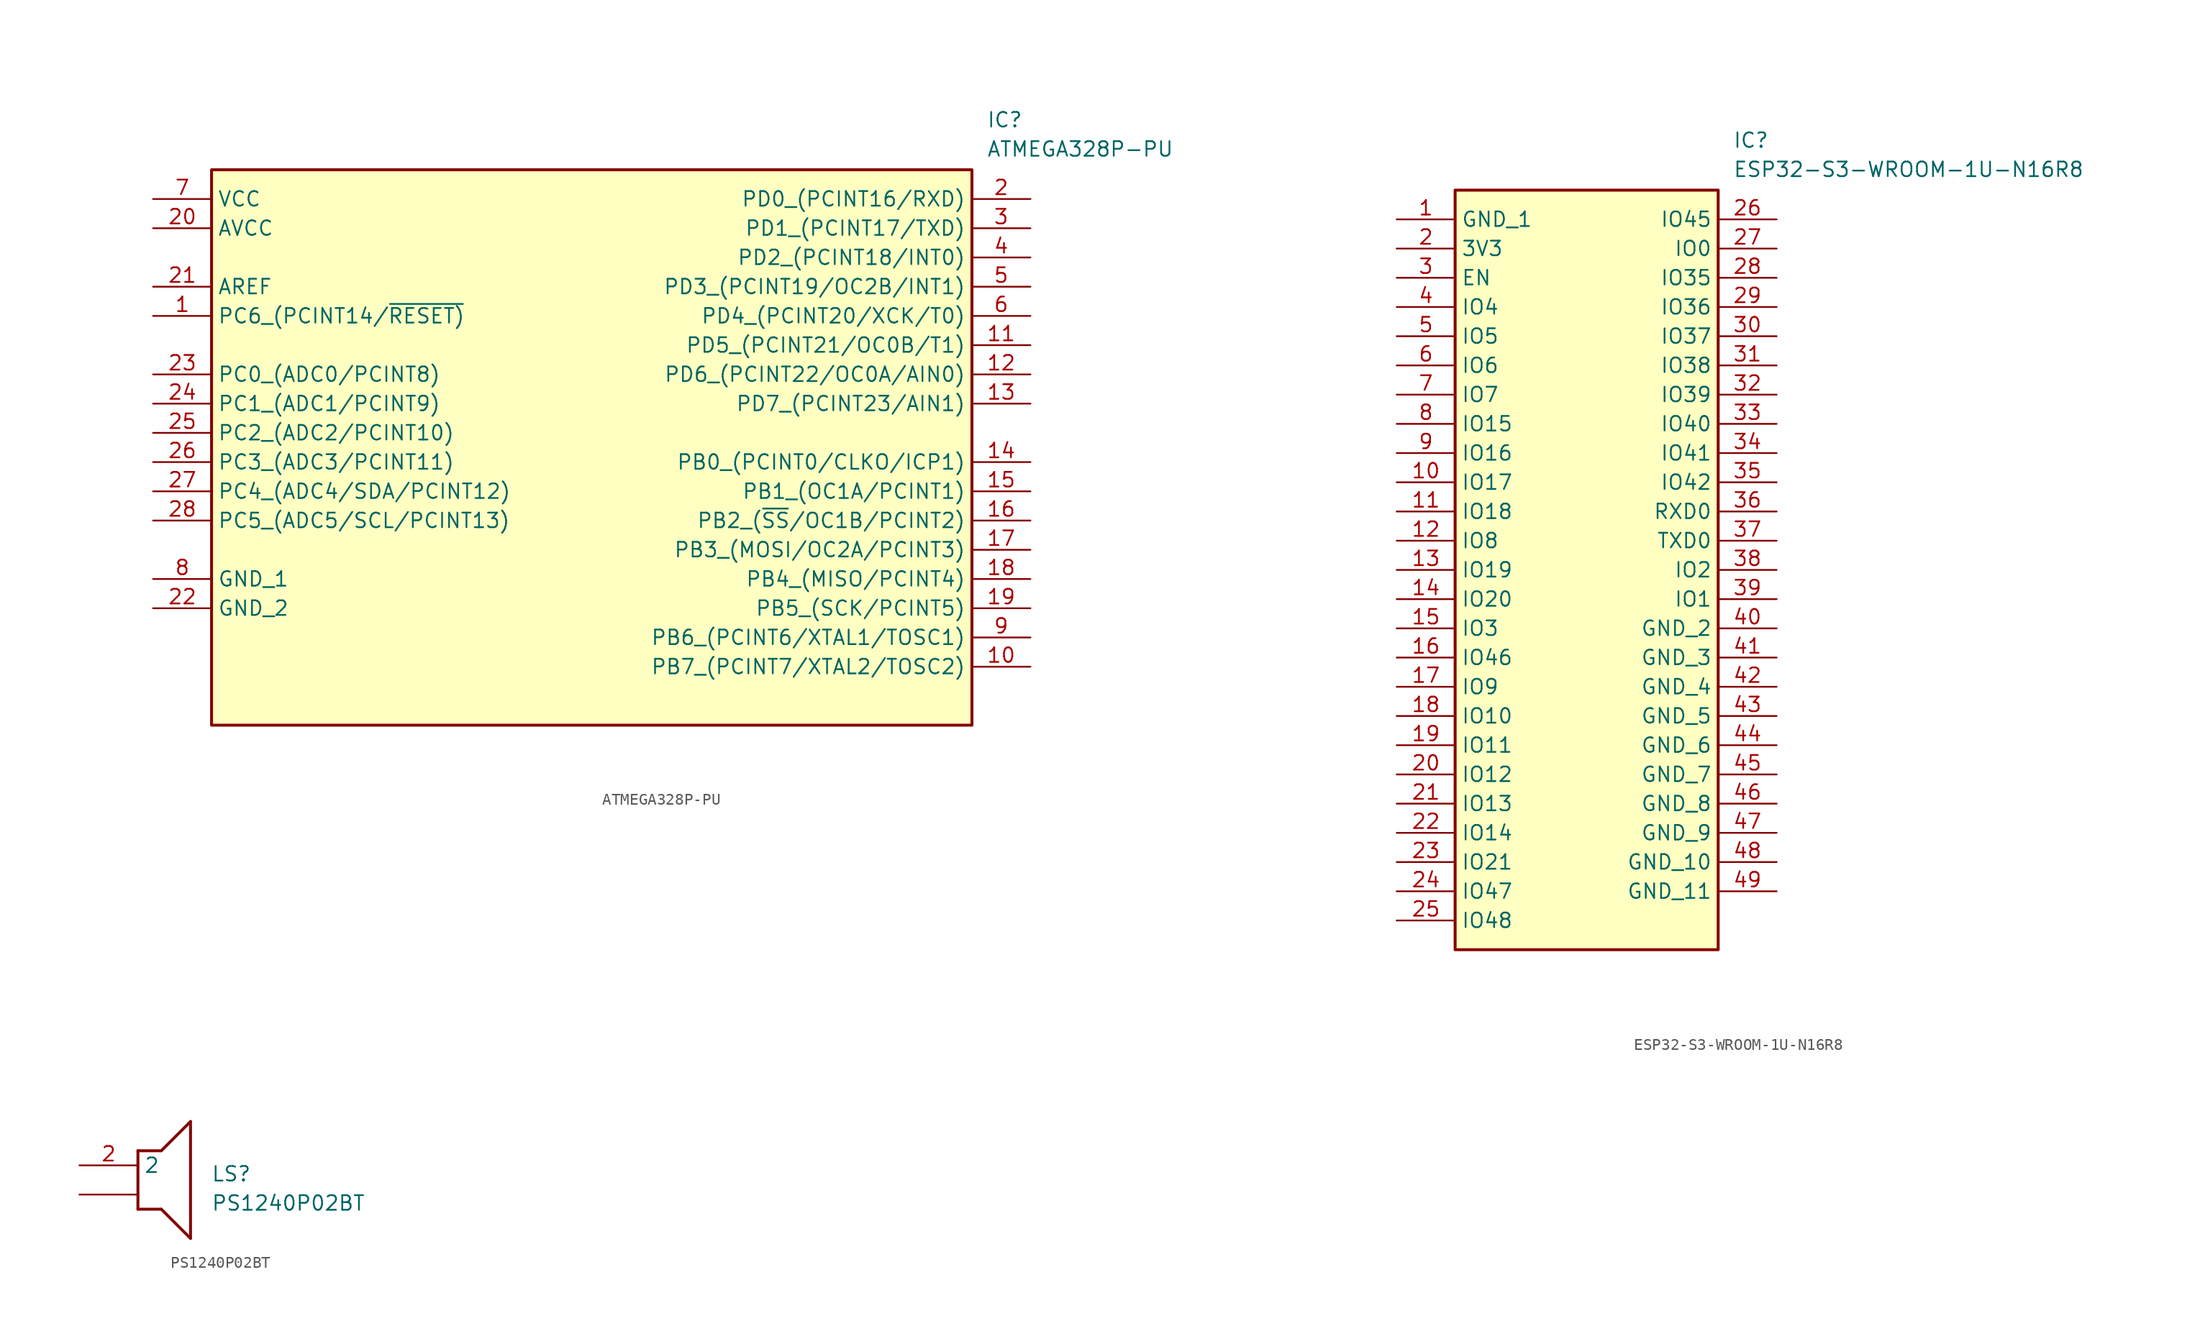
<source format=kicad_sym>
(kicad_symbol_lib
  (version 20241209)
  (generator "kicad_symbol_editor")
  (generator_version "9.0")
  (symbol "ATMEGA328P-PU"
    (property "Reference" "IC"
      (at 72.39 7.62 0)
      (effects (font (size 1.27 1.27)) (justify left top)))
    (property "Value" "ATMEGA328P-PU"
      (at 72.39 5.08 0)
      (effects (font (size 1.27 1.27)) (justify left top)))
    (symbol "ATMEGA328P-PU_1_1"
      (rectangle (start 5.08 2.54) (end 71.12 -45.72) (stroke (width 0.254) (type default)) (fill (type background)))
      (pin passive line (at 0 0 0) (length 5.08) (name "VCC" (effects (font (size 1.27 1.27)))) (number "7" (effects (font (size 1.27 1.27)))))
      (pin passive line (at 0 -2.54 0) (length 5.08) (name "AVCC" (effects (font (size 1.27 1.27)))) (number "20" (effects (font (size 1.27 1.27)))))
      (pin passive line (at 0 -7.62 0) (length 5.08) (name "AREF" (effects (font (size 1.27 1.27)))) (number "21" (effects (font (size 1.27 1.27)))))
      (pin passive line (at 0 -10.16 0) (length 5.08) (name "PC6_(PCINT14/~{RESET)}" (effects (font (size 1.27 1.27)))) (number "1" (effects (font (size 1.27 1.27)))))
      (pin passive line (at 0 -15.24 0) (length 5.08) (name "PC0_(ADC0/PCINT8)" (effects (font (size 1.27 1.27)))) (number "23" (effects (font (size 1.27 1.27)))))
      (pin passive line (at 0 -17.78 0) (length 5.08) (name "PC1_(ADC1/PCINT9)" (effects (font (size 1.27 1.27)))) (number "24" (effects (font (size 1.27 1.27)))))
      (pin passive line (at 0 -20.32 0) (length 5.08) (name "PC2_(ADC2/PCINT10)" (effects (font (size 1.27 1.27)))) (number "25" (effects (font (size 1.27 1.27)))))
      (pin passive line (at 0 -22.86 0) (length 5.08) (name "PC3_(ADC3/PCINT11)" (effects (font (size 1.27 1.27)))) (number "26" (effects (font (size 1.27 1.27)))))
      (pin passive line (at 0 -25.4 0) (length 5.08) (name "PC4_(ADC4/SDA/PCINT12)" (effects (font (size 1.27 1.27)))) (number "27" (effects (font (size 1.27 1.27)))))
      (pin passive line (at 0 -27.94 0) (length 5.08) (name "PC5_(ADC5/SCL/PCINT13)" (effects (font (size 1.27 1.27)))) (number "28" (effects (font (size 1.27 1.27)))))
      (pin passive line (at 0 -33.02 0) (length 5.08) (name "GND_1" (effects (font (size 1.27 1.27)))) (number "8" (effects (font (size 1.27 1.27)))))
      (pin passive line (at 0 -35.56 0) (length 5.08) (name "GND_2" (effects (font (size 1.27 1.27)))) (number "22" (effects (font (size 1.27 1.27)))))
      (pin passive line (at 76.2 0 180) (length 5.08) (name "PD0_(PCINT16/RXD)" (effects (font (size 1.27 1.27)))) (number "2" (effects (font (size 1.27 1.27)))))
      (pin passive line (at 76.2 -2.54 180) (length 5.08) (name "PD1_(PCINT17/TXD)" (effects (font (size 1.27 1.27)))) (number "3" (effects (font (size 1.27 1.27)))))
      (pin passive line (at 76.2 -5.08 180) (length 5.08) (name "PD2_(PCINT18/INT0)" (effects (font (size 1.27 1.27)))) (number "4" (effects (font (size 1.27 1.27)))))
      (pin passive line (at 76.2 -7.62 180) (length 5.08) (name "PD3_(PCINT19/OC2B/INT1)" (effects (font (size 1.27 1.27)))) (number "5" (effects (font (size 1.27 1.27)))))
      (pin passive line (at 76.2 -10.16 180) (length 5.08) (name "PD4_(PCINT20/XCK/T0)" (effects (font (size 1.27 1.27)))) (number "6" (effects (font (size 1.27 1.27)))))
      (pin passive line (at 76.2 -12.7 180) (length 5.08) (name "PD5_(PCINT21/OC0B/T1)" (effects (font (size 1.27 1.27)))) (number "11" (effects (font (size 1.27 1.27)))))
      (pin passive line (at 76.2 -15.24 180) (length 5.08) (name "PD6_(PCINT22/OC0A/AIN0)" (effects (font (size 1.27 1.27)))) (number "12" (effects (font (size 1.27 1.27)))))
      (pin passive line (at 76.2 -17.78 180) (length 5.08) (name "PD7_(PCINT23/AIN1)" (effects (font (size 1.27 1.27)))) (number "13" (effects (font (size 1.27 1.27)))))
      (pin passive line (at 76.2 -22.86 180) (length 5.08) (name "PB0_(PCINT0/CLKO/ICP1)" (effects (font (size 1.27 1.27)))) (number "14" (effects (font (size 1.27 1.27)))))
      (pin passive line (at 76.2 -25.4 180) (length 5.08) (name "PB1_(OC1A/PCINT1)" (effects (font (size 1.27 1.27)))) (number "15" (effects (font (size 1.27 1.27)))))
      (pin passive line (at 76.2 -27.94 180) (length 5.08) (name "PB2_(~{SS}/OC1B/PCINT2)" (effects (font (size 1.27 1.27)))) (number "16" (effects (font (size 1.27 1.27)))))
      (pin passive line (at 76.2 -30.48 180) (length 5.08) (name "PB3_(MOSI/OC2A/PCINT3)" (effects (font (size 1.27 1.27)))) (number "17" (effects (font (size 1.27 1.27)))))
      (pin passive line (at 76.2 -33.02 180) (length 5.08) (name "PB4_(MISO/PCINT4)" (effects (font (size 1.27 1.27)))) (number "18" (effects (font (size 1.27 1.27)))))
      (pin passive line (at 76.2 -35.56 180) (length 5.08) (name "PB5_(SCK/PCINT5)" (effects (font (size 1.27 1.27)))) (number "19" (effects (font (size 1.27 1.27)))))
      (pin passive line (at 76.2 -38.1 180) (length 5.08) (name "PB6_(PCINT6/XTAL1/TOSC1)" (effects (font (size 1.27 1.27)))) (number "9" (effects (font (size 1.27 1.27)))))
      (pin passive line (at 76.2 -40.64 180) (length 5.08) (name "PB7_(PCINT7/XTAL2/TOSC2)" (effects (font (size 1.27 1.27)))) (number "10" (effects (font (size 1.27 1.27)))))))
  (symbol "ESP32-S3-WROOM-1U-N16R8"
    (property "Reference" "IC"
      (at 29.21 7.62 0)
      (effects (font (size 1.27 1.27)) (justify left top)))
    (property "Value" "ESP32-S3-WROOM-1U-N16R8"
      (at 29.21 5.08 0)
      (effects (font (size 1.27 1.27)) (justify left top)))
    (symbol "ESP32-S3-WROOM-1U-N16R8_1_1"
      (rectangle (start 5.08 2.54) (end 27.94 -63.5) (stroke (width 0.254) (type default)) (fill (type background)))
      (pin passive line (at 0 0 0) (length 5.08) (name "GND_1" (effects (font (size 1.27 1.27)))) (number "1" (effects (font (size 1.27 1.27)))))
      (pin passive line (at 0 -2.54 0) (length 5.08) (name "3V3" (effects (font (size 1.27 1.27)))) (number "2" (effects (font (size 1.27 1.27)))))
      (pin passive line (at 0 -5.08 0) (length 5.08) (name "EN" (effects (font (size 1.27 1.27)))) (number "3" (effects (font (size 1.27 1.27)))))
      (pin passive line (at 0 -7.62 0) (length 5.08) (name "IO4" (effects (font (size 1.27 1.27)))) (number "4" (effects (font (size 1.27 1.27)))))
      (pin passive line (at 0 -10.16 0) (length 5.08) (name "IO5" (effects (font (size 1.27 1.27)))) (number "5" (effects (font (size 1.27 1.27)))))
      (pin passive line (at 0 -12.7 0) (length 5.08) (name "IO6" (effects (font (size 1.27 1.27)))) (number "6" (effects (font (size 1.27 1.27)))))
      (pin passive line (at 0 -15.24 0) (length 5.08) (name "IO7" (effects (font (size 1.27 1.27)))) (number "7" (effects (font (size 1.27 1.27)))))
      (pin passive line (at 0 -17.78 0) (length 5.08) (name "IO15" (effects (font (size 1.27 1.27)))) (number "8" (effects (font (size 1.27 1.27)))))
      (pin passive line (at 0 -20.32 0) (length 5.08) (name "IO16" (effects (font (size 1.27 1.27)))) (number "9" (effects (font (size 1.27 1.27)))))
      (pin passive line (at 0 -22.86 0) (length 5.08) (name "IO17" (effects (font (size 1.27 1.27)))) (number "10" (effects (font (size 1.27 1.27)))))
      (pin passive line (at 0 -25.4 0) (length 5.08) (name "IO18" (effects (font (size 1.27 1.27)))) (number "11" (effects (font (size 1.27 1.27)))))
      (pin passive line (at 0 -27.94 0) (length 5.08) (name "IO8" (effects (font (size 1.27 1.27)))) (number "12" (effects (font (size 1.27 1.27)))))
      (pin passive line (at 0 -30.48 0) (length 5.08) (name "IO19" (effects (font (size 1.27 1.27)))) (number "13" (effects (font (size 1.27 1.27)))))
      (pin passive line (at 0 -33.02 0) (length 5.08) (name "IO20" (effects (font (size 1.27 1.27)))) (number "14" (effects (font (size 1.27 1.27)))))
      (pin passive line (at 0 -35.56 0) (length 5.08) (name "IO3" (effects (font (size 1.27 1.27)))) (number "15" (effects (font (size 1.27 1.27)))))
      (pin passive line (at 0 -38.1 0) (length 5.08) (name "IO46" (effects (font (size 1.27 1.27)))) (number "16" (effects (font (size 1.27 1.27)))))
      (pin passive line (at 0 -40.64 0) (length 5.08) (name "IO9" (effects (font (size 1.27 1.27)))) (number "17" (effects (font (size 1.27 1.27)))))
      (pin passive line (at 0 -43.18 0) (length 5.08) (name "IO10" (effects (font (size 1.27 1.27)))) (number "18" (effects (font (size 1.27 1.27)))))
      (pin passive line (at 0 -45.72 0) (length 5.08) (name "IO11" (effects (font (size 1.27 1.27)))) (number "19" (effects (font (size 1.27 1.27)))))
      (pin passive line (at 0 -48.26 0) (length 5.08) (name "IO12" (effects (font (size 1.27 1.27)))) (number "20" (effects (font (size 1.27 1.27)))))
      (pin passive line (at 0 -50.8 0) (length 5.08) (name "IO13" (effects (font (size 1.27 1.27)))) (number "21" (effects (font (size 1.27 1.27)))))
      (pin passive line (at 0 -53.34 0) (length 5.08) (name "IO14" (effects (font (size 1.27 1.27)))) (number "22" (effects (font (size 1.27 1.27)))))
      (pin passive line (at 0 -55.88 0) (length 5.08) (name "IO21" (effects (font (size 1.27 1.27)))) (number "23" (effects (font (size 1.27 1.27)))))
      (pin passive line (at 0 -58.42 0) (length 5.08) (name "IO47" (effects (font (size 1.27 1.27)))) (number "24" (effects (font (size 1.27 1.27)))))
      (pin passive line (at 0 -60.96 0) (length 5.08) (name "IO48" (effects (font (size 1.27 1.27)))) (number "25" (effects (font (size 1.27 1.27)))))
      (pin passive line (at 33.02 0 180) (length 5.08) (name "IO45" (effects (font (size 1.27 1.27)))) (number "26" (effects (font (size 1.27 1.27)))))
      (pin passive line (at 33.02 -2.54 180) (length 5.08) (name "IO0" (effects (font (size 1.27 1.27)))) (number "27" (effects (font (size 1.27 1.27)))))
      (pin passive line (at 33.02 -5.08 180) (length 5.08) (name "IO35" (effects (font (size 1.27 1.27)))) (number "28" (effects (font (size 1.27 1.27)))))
      (pin passive line (at 33.02 -7.62 180) (length 5.08) (name "IO36" (effects (font (size 1.27 1.27)))) (number "29" (effects (font (size 1.27 1.27)))))
      (pin passive line (at 33.02 -10.16 180) (length 5.08) (name "IO37" (effects (font (size 1.27 1.27)))) (number "30" (effects (font (size 1.27 1.27)))))
      (pin passive line (at 33.02 -12.7 180) (length 5.08) (name "IO38" (effects (font (size 1.27 1.27)))) (number "31" (effects (font (size 1.27 1.27)))))
      (pin passive line (at 33.02 -15.24 180) (length 5.08) (name "IO39" (effects (font (size 1.27 1.27)))) (number "32" (effects (font (size 1.27 1.27)))))
      (pin passive line (at 33.02 -17.78 180) (length 5.08) (name "IO40" (effects (font (size 1.27 1.27)))) (number "33" (effects (font (size 1.27 1.27)))))
      (pin passive line (at 33.02 -20.32 180) (length 5.08) (name "IO41" (effects (font (size 1.27 1.27)))) (number "34" (effects (font (size 1.27 1.27)))))
      (pin passive line (at 33.02 -22.86 180) (length 5.08) (name "IO42" (effects (font (size 1.27 1.27)))) (number "35" (effects (font (size 1.27 1.27)))))
      (pin passive line (at 33.02 -25.4 180) (length 5.08) (name "RXD0" (effects (font (size 1.27 1.27)))) (number "36" (effects (font (size 1.27 1.27)))))
      (pin passive line (at 33.02 -27.94 180) (length 5.08) (name "TXD0" (effects (font (size 1.27 1.27)))) (number "37" (effects (font (size 1.27 1.27)))))
      (pin passive line (at 33.02 -30.48 180) (length 5.08) (name "IO2" (effects (font (size 1.27 1.27)))) (number "38" (effects (font (size 1.27 1.27)))))
      (pin passive line (at 33.02 -33.02 180) (length 5.08) (name "IO1" (effects (font (size 1.27 1.27)))) (number "39" (effects (font (size 1.27 1.27)))))
      (pin passive line (at 33.02 -35.56 180) (length 5.08) (name "GND_2" (effects (font (size 1.27 1.27)))) (number "40" (effects (font (size 1.27 1.27)))))
      (pin passive line (at 33.02 -38.1 180) (length 5.08) (name "GND_3" (effects (font (size 1.27 1.27)))) (number "41" (effects (font (size 1.27 1.27)))))
      (pin passive line (at 33.02 -40.64 180) (length 5.08) (name "GND_4" (effects (font (size 1.27 1.27)))) (number "42" (effects (font (size 1.27 1.27)))))
      (pin passive line (at 33.02 -43.18 180) (length 5.08) (name "GND_5" (effects (font (size 1.27 1.27)))) (number "43" (effects (font (size 1.27 1.27)))))
      (pin passive line (at 33.02 -45.72 180) (length 5.08) (name "GND_6" (effects (font (size 1.27 1.27)))) (number "44" (effects (font (size 1.27 1.27)))))
      (pin passive line (at 33.02 -48.26 180) (length 5.08) (name "GND_7" (effects (font (size 1.27 1.27)))) (number "45" (effects (font (size 1.27 1.27)))))
      (pin passive line (at 33.02 -50.8 180) (length 5.08) (name "GND_8" (effects (font (size 1.27 1.27)))) (number "46" (effects (font (size 1.27 1.27)))))
      (pin passive line (at 33.02 -53.34 180) (length 5.08) (name "GND_9" (effects (font (size 1.27 1.27)))) (number "47" (effects (font (size 1.27 1.27)))))
      (pin passive line (at 33.02 -55.88 180) (length 5.08) (name "GND_10" (effects (font (size 1.27 1.27)))) (number "48" (effects (font (size 1.27 1.27)))))
      (pin passive line (at 33.02 -58.42 180) (length 5.08) (name "GND_11" (effects (font (size 1.27 1.27)))) (number "49" (effects (font (size 1.27 1.27)))))))
  (symbol "PS1240P02BT"
    (property "Reference" "LS"
      (at 11.43 0 0)
      (effects (font (size 1.27 1.27)) (justify left top)))
    (property "Value" "PS1240P02BT"
      (at 11.43 -2.54 0)
      (effects (font (size 1.27 1.27)) (justify left top)))
    (symbol "PS1240P02BT_1_1"
      (polyline (pts (xy 5.08 1.27) (xy 5.08 -3.81)) (stroke (width 0.254) (type default)) (fill (type none)))
      (polyline (pts (xy 5.08 1.27) (xy 7.112 1.27)) (stroke (width 0.254) (type default)) (fill (type none)))
      (polyline (pts (xy 7.112 -3.81) (xy 5.08 -3.81)) (stroke (width 0.254) (type default)) (fill (type none)))
      (polyline (pts (xy 7.112 -3.81) (xy 9.652 -6.35)) (stroke (width 0.254) (type default)) (fill (type none)))
      (polyline (pts (xy 9.652 3.81) (xy 7.112 1.27)) (stroke (width 0.254) (type default)) (fill (type none)))
      (polyline (pts (xy 9.652 3.81) (xy 9.652 -6.35)) (stroke (width 0.254) (type default)) (fill (type none)))
      (pin passive line (at 0 0 0) (length 5.08) (name "2" (effects (font (size 1.27 1.27)))) (number "2" (effects (font (size 1.27 1.27)))))
      (pin passive line (at 0 -2.54 0) (length 5.08) (name "" (effects (font (size 1.27 1.27)))) (number "" (effects (font (size 1.27 1.27))))))))
</source>
